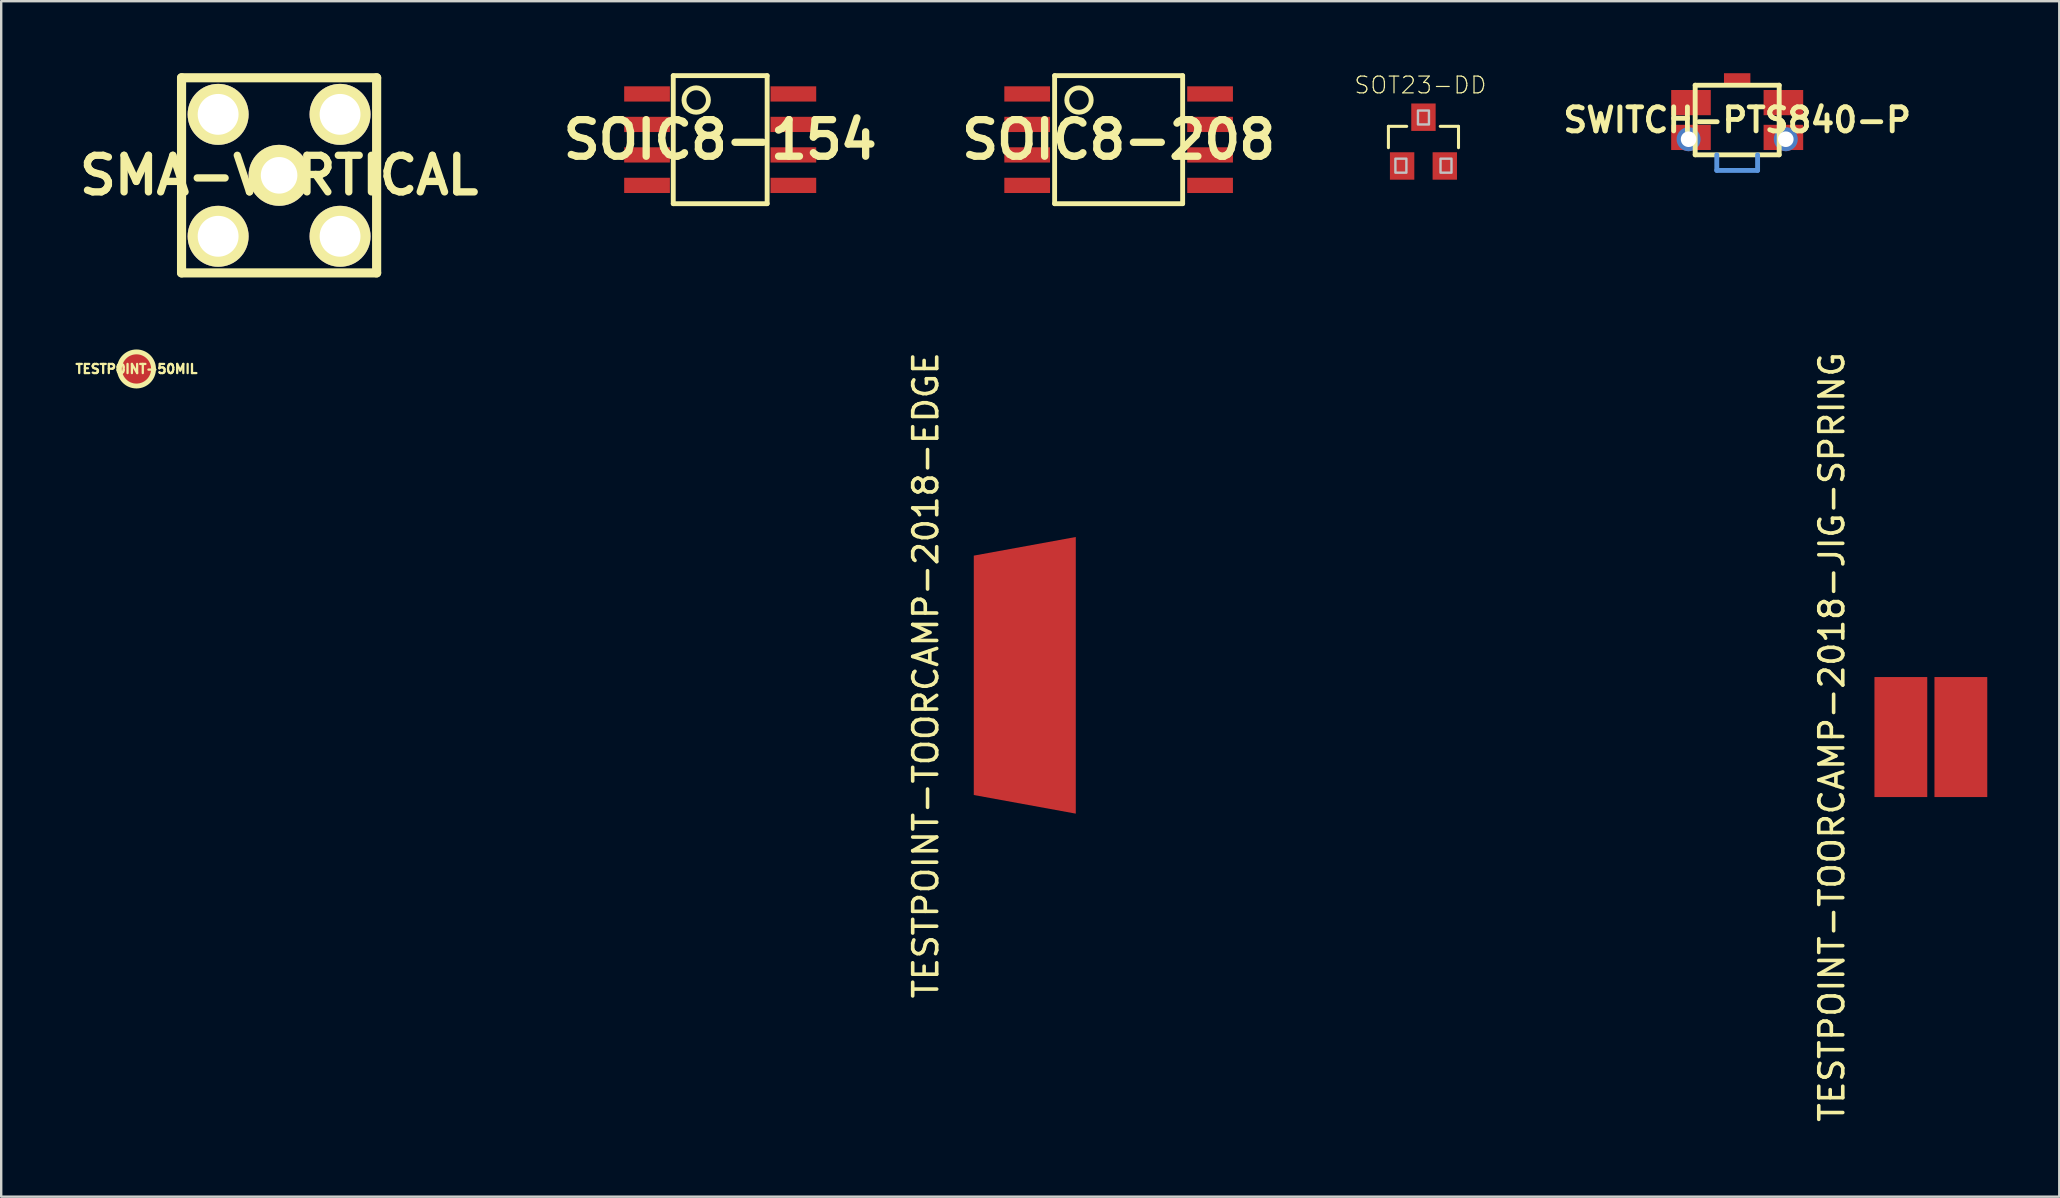
<source format=kicad_pcb>
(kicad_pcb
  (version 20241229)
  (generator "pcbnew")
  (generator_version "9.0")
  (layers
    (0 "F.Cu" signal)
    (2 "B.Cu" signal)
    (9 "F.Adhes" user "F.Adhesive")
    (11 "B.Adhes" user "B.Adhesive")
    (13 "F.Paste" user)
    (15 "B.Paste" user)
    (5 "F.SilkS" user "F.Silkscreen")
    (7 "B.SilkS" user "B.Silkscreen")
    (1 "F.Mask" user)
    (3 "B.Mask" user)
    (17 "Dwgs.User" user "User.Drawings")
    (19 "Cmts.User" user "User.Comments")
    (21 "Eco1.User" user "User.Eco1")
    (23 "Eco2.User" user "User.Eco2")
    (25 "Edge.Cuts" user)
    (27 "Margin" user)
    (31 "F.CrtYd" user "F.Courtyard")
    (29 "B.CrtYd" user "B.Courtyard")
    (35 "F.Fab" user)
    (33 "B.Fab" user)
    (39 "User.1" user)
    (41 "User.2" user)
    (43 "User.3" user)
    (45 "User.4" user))
  (footprint "SWITCH-PTS840-P"
    (layer "F.Cu")
    (at 69.327 1.95)
    (property "Reference" "SWITCH-PTS840-P" (at 0 0 0) (layer "F.SilkS") (effects (font (size 1.001 1.001) (thickness 0.203))))
    (attr through_hole)
    (fp_line (start -1.75 -1.45) (end -1.75 1.45) (stroke (width 0.203) (type solid)) (layer "F.SilkS"))
    (fp_line (start -1.75 1.45) (end 1.75 1.45) (stroke (width 0.203) (type solid)) (layer "F.SilkS"))
    (fp_line (start 1.75 -1.45) (end -1.75 -1.45) (stroke (width 0.203) (type solid)) (layer "F.SilkS"))
    (fp_line (start 1.75 1.45) (end 1.75 -1.45) (stroke (width 0.203) (type solid)) (layer "F.SilkS"))
    (fp_line (start -0.85 2.1) (end -0.85 1.45) (stroke (width 0.203) (type solid)) (layer "Cmts.User"))
    (fp_line (start -0.85 2.1) (end 0.85 2.1) (stroke (width 0.203) (type solid)) (layer "Cmts.User"))
    (fp_line (start 0.85 2.1) (end 0.85 1.45) (stroke (width 0.203) (type solid)) (layer "Cmts.User"))
    (pad "0" smd rect (at 0 -1.7) (size 1.1 0.5) (layers "F.Cu" "F.Mask" "F.Paste"))
    (pad "1" smd rect (at -1.925 -0.725) (size 1.65 1.05) (layers "F.Cu" "F.Mask" "F.Paste"))
    (pad "1" smd rect (at 1.925 -0.725) (size 1.65 1.05) (layers "F.Cu" "F.Mask" "F.Paste"))
    (pad "2" thru_hole circle (at -2.025 0.8) (size 1 1) (drill 0.65) (layers "*.Cu" "*.Mask"))
    (pad "2" smd rect (at -1.925 0.725) (size 1.65 1.05) (layers "F.Cu" "F.Mask" "F.Paste"))
    (pad "2" smd rect (at 1.925 0.725) (size 1.65 1.05) (layers "F.Cu" "F.Mask" "F.Paste"))
    (pad "2" thru_hole circle (at 2.025 0.8) (size 1 1) (drill 0.65) (layers "*.Cu" "*.Mask")))
  (footprint "TESTPOINT-TOORCAMP-2018-EDGE"
    (layer "F.Cu")
    (at 8.521 25.086)
    (property "Reference" "TESTPOINT-TOORCAMP-2018-EDGE" (at 27 0 90) (layer "F.SilkS") (effects (font (size 1 1) (thickness 0.15))))
    (attr through_hole)
    (pad "" smd trapezoid (at 31.75 0) (size 5.5 12.25) (rect_delta -1.1 0) (layers "F.Mask"))
    (pad "1" smd trapezoid (at 31.125 0) (size 4.25 10.75) (rect_delta -0.776 0) (layers "F.Cu" "F.Mask")))
  (footprint "SMA-VERTICAL"
    (layer "F.Cu")
    (at 8.578 4.255)
    (property "Reference" "SMA-VERTICAL" (at 0 0 0) (layer "F.SilkS") (effects (font (size 1.524 1.524) (thickness 0.305))))
    (attr through_hole)
    (fp_line (start -4.064 -4.064) (end -4.064 4.064) (stroke (width 0.381) (type solid)) (layer "F.SilkS"))
    (fp_line (start -4.064 4.064) (end 4.064 4.064) (stroke (width 0.381) (type solid)) (layer "F.SilkS"))
    (fp_line (start 4.064 -4.064) (end -4.064 -4.064) (stroke (width 0.381) (type solid)) (layer "F.SilkS"))
    (fp_line (start 4.064 4.064) (end 4.064 -4.064) (stroke (width 0.381) (type solid)) (layer "F.SilkS"))
    (pad "1" thru_hole circle (at 0 0) (size 2.54 2.54) (drill 1.524) (layers "*.Cu" "*.Mask" "F.SilkS"))
    (pad "2" thru_hole circle (at -2.54 -2.54) (size 2.54 2.54) (drill 1.702) (layers "*.Cu" "*.Mask" "F.SilkS"))
    (pad "3" thru_hole circle (at -2.54 2.54) (size 2.54 2.54) (drill 1.702) (layers "*.Cu" "*.Mask" "F.SilkS"))
    (pad "4" thru_hole circle (at 2.54 2.54) (size 2.54 2.54) (drill 1.702) (layers "*.Cu" "*.Mask" "F.SilkS"))
    (pad "5" thru_hole circle (at 2.54 -2.54) (size 2.54 2.54) (drill 1.702) (layers "*.Cu" "*.Mask" "F.SilkS")))
  (footprint "TESTPOINT-50MIL"
    (layer "F.Cu")
    (at 2.636 12.322)
    (property "Reference" "TESTPOINT-50MIL" (at 0 0 0) (layer "F.SilkS") (effects (font (size 0.381 0.381) (thickness 0.097))))
    (attr through_hole)
    (fp_circle (center 0 0) (end 0.711 0) (stroke (width 0.203) (type solid)) (fill no) (layer "F.SilkS"))
    (pad "1" smd circle (at 0 0) (size 1.27 1.27) (layers "F.Cu" "F.Mask")))
  (footprint "SOT23-DD"
    (layer "F.Cu")
    (at 56.256 2.849)
    (property "Reference" "SOT23-DD" (at -0.127 -2.351 0) (layer "F.SilkS") (effects (font (size 0.7 0.7) (thickness 0.05))))
    (attr smd)
    (fp_line (start -1.46 -0.635) (end -1.46 0.254) (stroke (width 0.127) (type solid)) (layer "F.SilkS"))
    (fp_line (start -0.699 -0.635) (end -1.46 -0.635) (stroke (width 0.127) (type solid)) (layer "F.SilkS"))
    (fp_line (start 1.46 -0.635) (end 0.699 -0.635) (stroke (width 0.127) (type solid)) (layer "F.SilkS"))
    (fp_line (start 1.46 0.254) (end 1.46 -0.635) (stroke (width 0.127) (type solid)) (layer "F.SilkS"))
    (fp_poly (pts (xy -1.169 0.711) (xy -0.711 0.711) (xy -0.711 1.296) (xy -1.169 1.296)) (stroke (width 0.1) (type solid)) (fill no) (layer "Dwgs.User"))
    (fp_poly (pts (xy -0.229 -1.295) (xy 0.229 -1.295) (xy 0.229 -0.712) (xy -0.229 -0.712)) (stroke (width 0.1) (type solid)) (fill no) (layer "Dwgs.User"))
    (fp_poly (pts (xy 0.711 0.711) (xy 1.168 0.711) (xy 1.168 1.296) (xy 0.711 1.296)) (stroke (width 0.1) (type solid)) (fill no) (layer "Dwgs.User"))
    (fp_poly (pts (xy -1.527 -1.651) (xy 1.524 -1.651) (xy 1.524 1.654) (xy -1.527 1.654)) (stroke (width 0.1) (type solid)) (fill no) (layer "Eco1.User"))
    (pad "1" smd rect (at -0.889 1.016 180) (size 1.016 1.143) (layers "F.Cu" "F.Mask" "F.Paste"))
    (pad "2" smd rect (at 0.889 1.016) (size 1.016 1.143) (layers "F.Cu" "F.Mask" "F.Paste"))
    (pad "3" smd rect (at 0 -1.016) (size 1.016 1.143) (layers "F.Cu" "F.Mask" "F.Paste")))
  (footprint "SOIC8-154"
    (layer "F.Cu")
    (at 26.956 2.769)
    (property "Reference" "SOIC8-154" (at 0 0 0) (layer "F.SilkS") (effects (font (size 1.524 1.524) (thickness 0.305))))
    (attr through_hole)
    (fp_line (start -1.956 -2.667) (end -1.956 2.667) (stroke (width 0.203) (type solid)) (layer "F.SilkS"))
    (fp_line (start -1.956 2.667) (end 1.956 2.667) (stroke (width 0.203) (type solid)) (layer "F.SilkS"))
    (fp_line (start 1.956 -2.667) (end -1.956 -2.667) (stroke (width 0.203) (type solid)) (layer "F.SilkS"))
    (fp_line (start 1.956 2.667) (end 1.956 -2.667) (stroke (width 0.203) (type solid)) (layer "F.SilkS"))
    (fp_circle (center -1 -1.651) (end -0.492 -1.651) (stroke (width 0.203) (type solid)) (fill no) (layer "F.SilkS"))
    (pad "1" smd rect (at -3.048 -1.905) (size 1.905 0.635) (layers "F.Cu" "F.Mask" "F.Paste"))
    (pad "2" smd rect (at -3.048 -0.635) (size 1.905 0.635) (layers "F.Cu" "F.Mask" "F.Paste"))
    (pad "3" smd rect (at -3.048 0.635) (size 1.905 0.635) (layers "F.Cu" "F.Mask" "F.Paste"))
    (pad "4" smd rect (at -3.048 1.905) (size 1.905 0.635) (layers "F.Cu" "F.Mask" "F.Paste"))
    (pad "5" smd rect (at 3.048 1.905) (size 1.905 0.635) (layers "F.Cu" "F.Mask" "F.Paste"))
    (pad "6" smd rect (at 3.048 0.635) (size 1.905 0.635) (layers "F.Cu" "F.Mask" "F.Paste"))
    (pad "7" smd rect (at 3.048 -0.635) (size 1.905 0.635) (layers "F.Cu" "F.Mask" "F.Paste"))
    (pad "8" smd rect (at 3.048 -1.905) (size 1.905 0.635) (layers "F.Cu" "F.Mask" "F.Paste")))
  (footprint "TESTPOINT-TOORCAMP-2018-JIG-SPRING"
    (layer "F.Cu")
    (at 46.271 27.658)
    (property "Reference" "TESTPOINT-TOORCAMP-2018-JIG-SPRING" (at 27 0 90) (layer "F.SilkS") (effects (font (size 1 1) (thickness 0.15))))
    (attr through_hole)
    (pad "1" smd rect (at 32.375 0) (size 2.2 5) (layers "F.Cu" "F.Mask"))
    (pad "2" smd rect (at 29.875 0) (size 2.2 5) (layers "F.Cu" "F.Mask")))
  (footprint "SOIC8-208"
    (layer "F.Cu")
    (at 43.556 2.769)
    (property "Reference" "SOIC8-208" (at 0 0 0) (layer "F.SilkS") (effects (font (size 1.524 1.524) (thickness 0.305))))
    (attr through_hole)
    (fp_line (start -2.667 -2.667) (end -2.667 2.667) (stroke (width 0.203) (type solid)) (layer "F.SilkS"))
    (fp_line (start -2.667 2.667) (end 2.667 2.667) (stroke (width 0.203) (type solid)) (layer "F.SilkS"))
    (fp_line (start 2.667 -2.667) (end -2.667 -2.667) (stroke (width 0.203) (type solid)) (layer "F.SilkS"))
    (fp_line (start 2.667 2.667) (end 2.667 -2.667) (stroke (width 0.203) (type solid)) (layer "F.SilkS"))
    (fp_circle (center -1.651 -1.651) (end -1.143 -1.651) (stroke (width 0.203) (type solid)) (fill no) (layer "F.SilkS"))
    (pad "1" smd rect (at -3.81 -1.905) (size 1.905 0.635) (layers "F.Cu" "F.Mask" "F.Paste"))
    (pad "2" smd rect (at -3.81 -0.635) (size 1.905 0.635) (layers "F.Cu" "F.Mask" "F.Paste"))
    (pad "3" smd rect (at -3.81 0.635) (size 1.905 0.635) (layers "F.Cu" "F.Mask" "F.Paste"))
    (pad "4" smd rect (at -3.81 1.905) (size 1.905 0.635) (layers "F.Cu" "F.Mask" "F.Paste"))
    (pad "5" smd rect (at 3.81 1.905) (size 1.905 0.635) (layers "F.Cu" "F.Mask" "F.Paste"))
    (pad "6" smd rect (at 3.81 0.635) (size 1.905 0.635) (layers "F.Cu" "F.Mask" "F.Paste"))
    (pad "7" smd rect (at 3.81 -0.635) (size 1.905 0.635) (layers "F.Cu" "F.Mask" "F.Paste"))
    (pad "8" smd rect (at 3.81 -1.905) (size 1.905 0.635) (layers "F.Cu" "F.Mask" "F.Paste")))
  (gr_rect
    (start -3 -3)
    (end 82.746 46.807)
    (stroke (width 0.1) (type default))
    (fill no)
    (layer "Edge.Cuts")))
</source>
